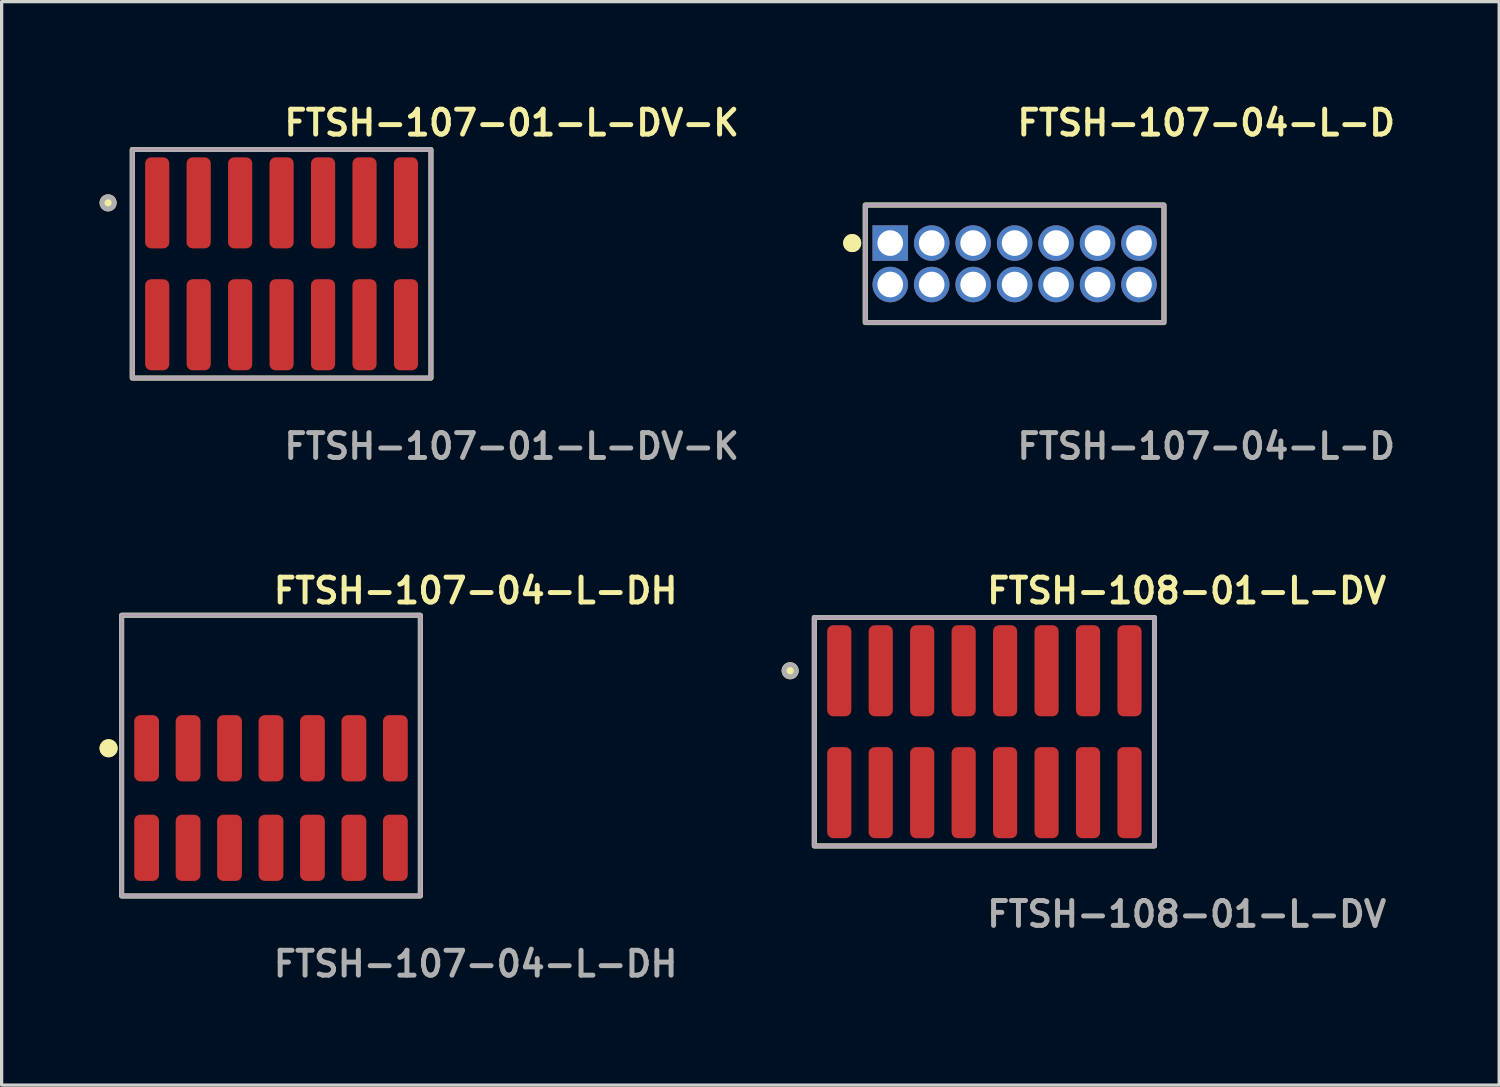
<source format=kicad_pcb>
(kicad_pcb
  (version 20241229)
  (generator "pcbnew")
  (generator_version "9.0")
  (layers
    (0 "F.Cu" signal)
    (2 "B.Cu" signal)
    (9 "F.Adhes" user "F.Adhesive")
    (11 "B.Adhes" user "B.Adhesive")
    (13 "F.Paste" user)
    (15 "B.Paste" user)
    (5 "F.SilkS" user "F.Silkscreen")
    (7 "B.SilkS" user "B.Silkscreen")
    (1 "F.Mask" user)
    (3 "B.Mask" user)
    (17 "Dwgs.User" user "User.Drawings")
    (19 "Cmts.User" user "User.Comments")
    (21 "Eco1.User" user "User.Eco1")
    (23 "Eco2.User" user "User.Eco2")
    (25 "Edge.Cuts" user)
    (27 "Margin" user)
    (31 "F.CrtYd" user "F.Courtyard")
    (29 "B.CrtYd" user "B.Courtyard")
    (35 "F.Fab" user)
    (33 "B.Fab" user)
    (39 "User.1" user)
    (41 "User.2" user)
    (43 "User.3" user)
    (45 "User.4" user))
  (footprint "FTSH-107-04-L-D"
    (layer "F.Cu")
    (at 28.03 5.031)
    (property "Reference" "FTSH-107-04-L-D" (at 0 -4.318 0) (unlocked yes) (layer "F.SilkS") (effects (font (size 0.762 0.762) (thickness 0.152)) (justify left)))
    (fp_rect (start -4.575 1.8) (end 4.575 -1.8) (stroke (width 0.152) (type solid)) (fill no) (layer "F.SilkS"))
    (fp_circle (center -4.975 -0.635) (end -5.175 -0.635) (stroke (width 0.152) (type solid)) (fill yes) (layer "F.SilkS"))
    (fp_circle (center -4.975 -0.635) (end -5.175 -0.635) (stroke (width 0.152) (type solid)) (fill yes) (layer "F.SilkS"))
    (fp_rect (start -4.575 1.8) (end 4.575 -1.8) (stroke (width 0.006) (type solid)) (fill no) (layer "F.CrtYd"))
    (fp_rect (start -4.575 1.8) (end 4.575 -1.8) (stroke (width 0.152) (type solid)) (fill no) (layer "F.Fab"))
    (fp_text user "${REFERENCE}" (at 0 5.588 0) (unlocked yes) (layer "F.Fab") (effects (font (size 0.762 0.762) (thickness 0.152)) (justify left)))
    (pad "1" thru_hole rect (at -3.81 -0.635) (size 1.087 1.087) (drill 0.787) (layers "*.Cu" "*.Mask"))
    (pad "2" thru_hole circle (at -3.81 0.635) (size 1.087 1.087) (drill 0.787) (layers "*.Cu" "*.Mask"))
    (pad "3" thru_hole circle (at -2.54 -0.635) (size 1.087 1.087) (drill 0.787) (layers "*.Cu" "*.Mask"))
    (pad "4" thru_hole circle (at -2.54 0.635) (size 1.087 1.087) (drill 0.787) (layers "*.Cu" "*.Mask"))
    (pad "5" thru_hole circle (at -1.27 -0.635) (size 1.087 1.087) (drill 0.787) (layers "*.Cu" "*.Mask"))
    (pad "6" thru_hole circle (at -1.27 0.635) (size 1.087 1.087) (drill 0.787) (layers "*.Cu" "*.Mask"))
    (pad "7" thru_hole circle (at 0 -0.635) (size 1.087 1.087) (drill 0.787) (layers "*.Cu" "*.Mask"))
    (pad "8" thru_hole circle (at 0 0.635) (size 1.087 1.087) (drill 0.787) (layers "*.Cu" "*.Mask"))
    (pad "9" thru_hole circle (at 1.27 -0.635) (size 1.087 1.087) (drill 0.787) (layers "*.Cu" "*.Mask"))
    (pad "10" thru_hole circle (at 1.27 0.635) (size 1.087 1.087) (drill 0.787) (layers "*.Cu" "*.Mask"))
    (pad "11" thru_hole circle (at 2.54 -0.635) (size 1.087 1.087) (drill 0.787) (layers "*.Cu" "*.Mask"))
    (pad "12" thru_hole circle (at 2.54 0.635) (size 1.087 1.087) (drill 0.787) (layers "*.Cu" "*.Mask"))
    (pad "13" thru_hole circle (at 3.81 -0.635) (size 1.087 1.087) (drill 0.787) (layers "*.Cu" "*.Mask"))
    (pad "14" thru_hole circle (at 3.81 0.635) (size 1.087 1.087) (drill 0.787) (layers "*.Cu" "*.Mask")))
  (footprint "FTSH-107-04-L-DH"
    (layer "F.Cu")
    (at 5.251 21.396)
    (property "Reference" "FTSH-107-04-L-DH" (at 0 -6.35 0) (unlocked yes) (layer "F.SilkS") (effects (font (size 0.762 0.762) (thickness 0.152)) (justify left)))
    (fp_rect (start -4.575 3) (end 4.575 -5.6) (stroke (width 0.152) (type solid)) (fill no) (layer "F.SilkS"))
    (fp_circle (center -4.975 -1.525) (end -5.175 -1.525) (stroke (width 0.152) (type solid)) (fill yes) (layer "F.SilkS"))
    (fp_circle (center -4.975 -1.525) (end -5.175 -1.525) (stroke (width 0.152) (type solid)) (fill yes) (layer "F.SilkS"))
    (fp_rect (start -4.575 3) (end 4.575 -5.6) (stroke (width 0.006) (type solid)) (fill no) (layer "F.CrtYd"))
    (fp_rect (start -4.575 3) (end 4.575 -5.6) (stroke (width 0.152) (type solid)) (fill no) (layer "F.Fab"))
    (fp_text user "${REFERENCE}" (at 0 5.08 0) (unlocked yes) (layer "F.Fab") (effects (font (size 0.762 0.762) (thickness 0.152)) (justify left)))
    (pad "1" smd roundrect (at -3.81 -1.525) (size 0.76 2.03) (layers "F.Cu" "F.Paste") (roundrect_rratio 0.25))
    (pad "2" smd roundrect (at -3.81 1.525) (size 0.76 2.03) (layers "F.Cu" "F.Paste") (roundrect_rratio 0.25))
    (pad "3" smd roundrect (at -2.54 -1.525) (size 0.76 2.03) (layers "F.Cu" "F.Paste") (roundrect_rratio 0.25))
    (pad "4" smd roundrect (at -2.54 1.525) (size 0.76 2.03) (layers "F.Cu" "F.Paste") (roundrect_rratio 0.25))
    (pad "5" smd roundrect (at -1.27 -1.525) (size 0.76 2.03) (layers "F.Cu" "F.Paste") (roundrect_rratio 0.25))
    (pad "6" smd roundrect (at -1.27 1.525) (size 0.76 2.03) (layers "F.Cu" "F.Paste") (roundrect_rratio 0.25))
    (pad "7" smd roundrect (at 0 -1.525) (size 0.76 2.03) (layers "F.Cu" "F.Paste") (roundrect_rratio 0.25))
    (pad "8" smd roundrect (at 0 1.525) (size 0.76 2.03) (layers "F.Cu" "F.Paste") (roundrect_rratio 0.25))
    (pad "9" smd roundrect (at 1.27 -1.525) (size 0.76 2.03) (layers "F.Cu" "F.Paste") (roundrect_rratio 0.25))
    (pad "10" smd roundrect (at 1.27 1.525) (size 0.76 2.03) (layers "F.Cu" "F.Paste") (roundrect_rratio 0.25))
    (pad "11" smd roundrect (at 2.54 -1.525) (size 0.76 2.03) (layers "F.Cu" "F.Paste") (roundrect_rratio 0.25))
    (pad "12" smd roundrect (at 2.54 1.525) (size 0.76 2.03) (layers "F.Cu" "F.Paste") (roundrect_rratio 0.25))
    (pad "13" smd roundrect (at 3.81 -1.525) (size 0.76 2.03) (layers "F.Cu" "F.Paste") (roundrect_rratio 0.25))
    (pad "14" smd roundrect (at 3.81 1.525) (size 0.76 2.03) (layers "F.Cu" "F.Paste") (roundrect_rratio 0.25)))
  (footprint "FTSH-108-01-L-DV"
    (layer "F.Cu")
    (at 27.104 19.364)
    (property "Reference" "FTSH-108-01-L-DV" (at 0 -4.318 0) (unlocked yes) (layer "F.SilkS") (effects (font (size 0.762 0.762) (thickness 0.152)) (justify left)))
    (fp_rect (start -5.21 3.5) (end 5.21 -3.5) (stroke (width 0.152) (type solid)) (fill no) (layer "F.SilkS"))
    (fp_circle (center -5.95 -1.867) (end -6.135 -1.867) (stroke (width 0.152) (type solid)) (fill yes) (layer "F.SilkS"))
    (fp_rect (start -5.21 3.5) (end 5.21 -3.5) (stroke (width 0.006) (type solid)) (fill no) (layer "F.CrtYd"))
    (fp_rect (start -5.21 3.5) (end 5.21 -3.5) (stroke (width 0.152) (type solid)) (fill no) (layer "F.Fab"))
    (fp_circle (center -5.95 -1.867) (end -6.135 -1.867) (stroke (width 0.152) (type solid)) (fill no) (layer "F.Fab"))
    (fp_text user "${REFERENCE}" (at 0 5.588 0) (unlocked yes) (layer "F.Fab") (effects (font (size 0.762 0.762) (thickness 0.152)) (justify left)))
    (pad "1" smd roundrect (at -4.445 -1.867) (size 0.74 2.79) (layers "F.Cu" "F.Paste") (roundrect_rratio 0.25))
    (pad "2" smd roundrect (at -4.445 1.867) (size 0.74 2.79) (layers "F.Cu" "F.Paste") (roundrect_rratio 0.25))
    (pad "3" smd roundrect (at -3.175 -1.867) (size 0.74 2.79) (layers "F.Cu" "F.Paste") (roundrect_rratio 0.25))
    (pad "4" smd roundrect (at -3.175 1.867) (size 0.74 2.79) (layers "F.Cu" "F.Paste") (roundrect_rratio 0.25))
    (pad "5" smd roundrect (at -1.905 -1.867) (size 0.74 2.79) (layers "F.Cu" "F.Paste") (roundrect_rratio 0.25))
    (pad "6" smd roundrect (at -1.905 1.867) (size 0.74 2.79) (layers "F.Cu" "F.Paste") (roundrect_rratio 0.25))
    (pad "7" smd roundrect (at -0.635 -1.867) (size 0.74 2.79) (layers "F.Cu" "F.Paste") (roundrect_rratio 0.25))
    (pad "8" smd roundrect (at -0.635 1.867) (size 0.74 2.79) (layers "F.Cu" "F.Paste") (roundrect_rratio 0.25))
    (pad "9" smd roundrect (at 0.635 -1.867) (size 0.74 2.79) (layers "F.Cu" "F.Paste") (roundrect_rratio 0.25))
    (pad "10" smd roundrect (at 0.635 1.867) (size 0.74 2.79) (layers "F.Cu" "F.Paste") (roundrect_rratio 0.25))
    (pad "11" smd roundrect (at 1.905 -1.867) (size 0.74 2.79) (layers "F.Cu" "F.Paste") (roundrect_rratio 0.25))
    (pad "12" smd roundrect (at 1.905 1.867) (size 0.74 2.79) (layers "F.Cu" "F.Paste") (roundrect_rratio 0.25))
    (pad "13" smd roundrect (at 3.175 -1.867) (size 0.74 2.79) (layers "F.Cu" "F.Paste") (roundrect_rratio 0.25))
    (pad "14" smd roundrect (at 3.175 1.867) (size 0.74 2.79) (layers "F.Cu" "F.Paste") (roundrect_rratio 0.25))
    (pad "15" smd roundrect (at 4.445 -1.867) (size 0.74 2.79) (layers "F.Cu" "F.Paste") (roundrect_rratio 0.25))
    (pad "16" smd roundrect (at 4.445 1.867) (size 0.74 2.79) (layers "F.Cu" "F.Paste") (roundrect_rratio 0.25)))
  (footprint "FTSH-107-01-L-DV-K"
    (layer "F.Cu")
    (at 5.576 5.031)
    (property "Reference" "FTSH-107-01-L-DV-K" (at 0 -4.318 0) (unlocked yes) (layer "F.SilkS") (effects (font (size 0.762 0.762) (thickness 0.152)) (justify left)))
    (fp_rect (start -4.575 3.5) (end 4.575 -3.5) (stroke (width 0.152) (type solid)) (fill no) (layer "F.SilkS"))
    (fp_circle (center -5.315 -1.867) (end -5.5 -1.867) (stroke (width 0.152) (type solid)) (fill yes) (layer "F.SilkS"))
    (fp_rect (start -4.575 3.5) (end 4.575 -3.5) (stroke (width 0.006) (type solid)) (fill no) (layer "F.CrtYd"))
    (fp_rect (start -4.575 3.5) (end 4.575 -3.5) (stroke (width 0.152) (type solid)) (fill no) (layer "F.Fab"))
    (fp_circle (center -5.315 -1.867) (end -5.5 -1.867) (stroke (width 0.152) (type solid)) (fill no) (layer "F.Fab"))
    (fp_text user "${REFERENCE}" (at 0 5.588 0) (unlocked yes) (layer "F.Fab") (effects (font (size 0.762 0.762) (thickness 0.152)) (justify left)))
    (pad "1" smd roundrect (at -3.81 -1.867) (size 0.74 2.79) (layers "F.Cu" "F.Paste") (roundrect_rratio 0.25))
    (pad "2" smd roundrect (at -3.81 1.867) (size 0.74 2.79) (layers "F.Cu" "F.Paste") (roundrect_rratio 0.25))
    (pad "3" smd roundrect (at -2.54 -1.867) (size 0.74 2.79) (layers "F.Cu" "F.Paste") (roundrect_rratio 0.25))
    (pad "4" smd roundrect (at -2.54 1.867) (size 0.74 2.79) (layers "F.Cu" "F.Paste") (roundrect_rratio 0.25))
    (pad "5" smd roundrect (at -1.27 -1.867) (size 0.74 2.79) (layers "F.Cu" "F.Paste") (roundrect_rratio 0.25))
    (pad "6" smd roundrect (at -1.27 1.867) (size 0.74 2.79) (layers "F.Cu" "F.Paste") (roundrect_rratio 0.25))
    (pad "7" smd roundrect (at 0 -1.867) (size 0.74 2.79) (layers "F.Cu" "F.Paste") (roundrect_rratio 0.25))
    (pad "8" smd roundrect (at 0 1.867) (size 0.74 2.79) (layers "F.Cu" "F.Paste") (roundrect_rratio 0.25))
    (pad "9" smd roundrect (at 1.27 -1.867) (size 0.74 2.79) (layers "F.Cu" "F.Paste") (roundrect_rratio 0.25))
    (pad "10" smd roundrect (at 1.27 1.867) (size 0.74 2.79) (layers "F.Cu" "F.Paste") (roundrect_rratio 0.25))
    (pad "11" smd roundrect (at 2.54 -1.867) (size 0.74 2.79) (layers "F.Cu" "F.Paste") (roundrect_rratio 0.25))
    (pad "12" smd roundrect (at 2.54 1.867) (size 0.74 2.79) (layers "F.Cu" "F.Paste") (roundrect_rratio 0.25))
    (pad "13" smd roundrect (at 3.81 -1.867) (size 0.74 2.79) (layers "F.Cu" "F.Paste") (roundrect_rratio 0.25))
    (pad "14" smd roundrect (at 3.81 1.867) (size 0.74 2.79) (layers "F.Cu" "F.Paste") (roundrect_rratio 0.25)))
  (gr_rect
    (start -3 -3)
    (end 42.873 30.189)
    (stroke (width 0.1) (type default))
    (fill no)
    (layer "Edge.Cuts")))
</source>
